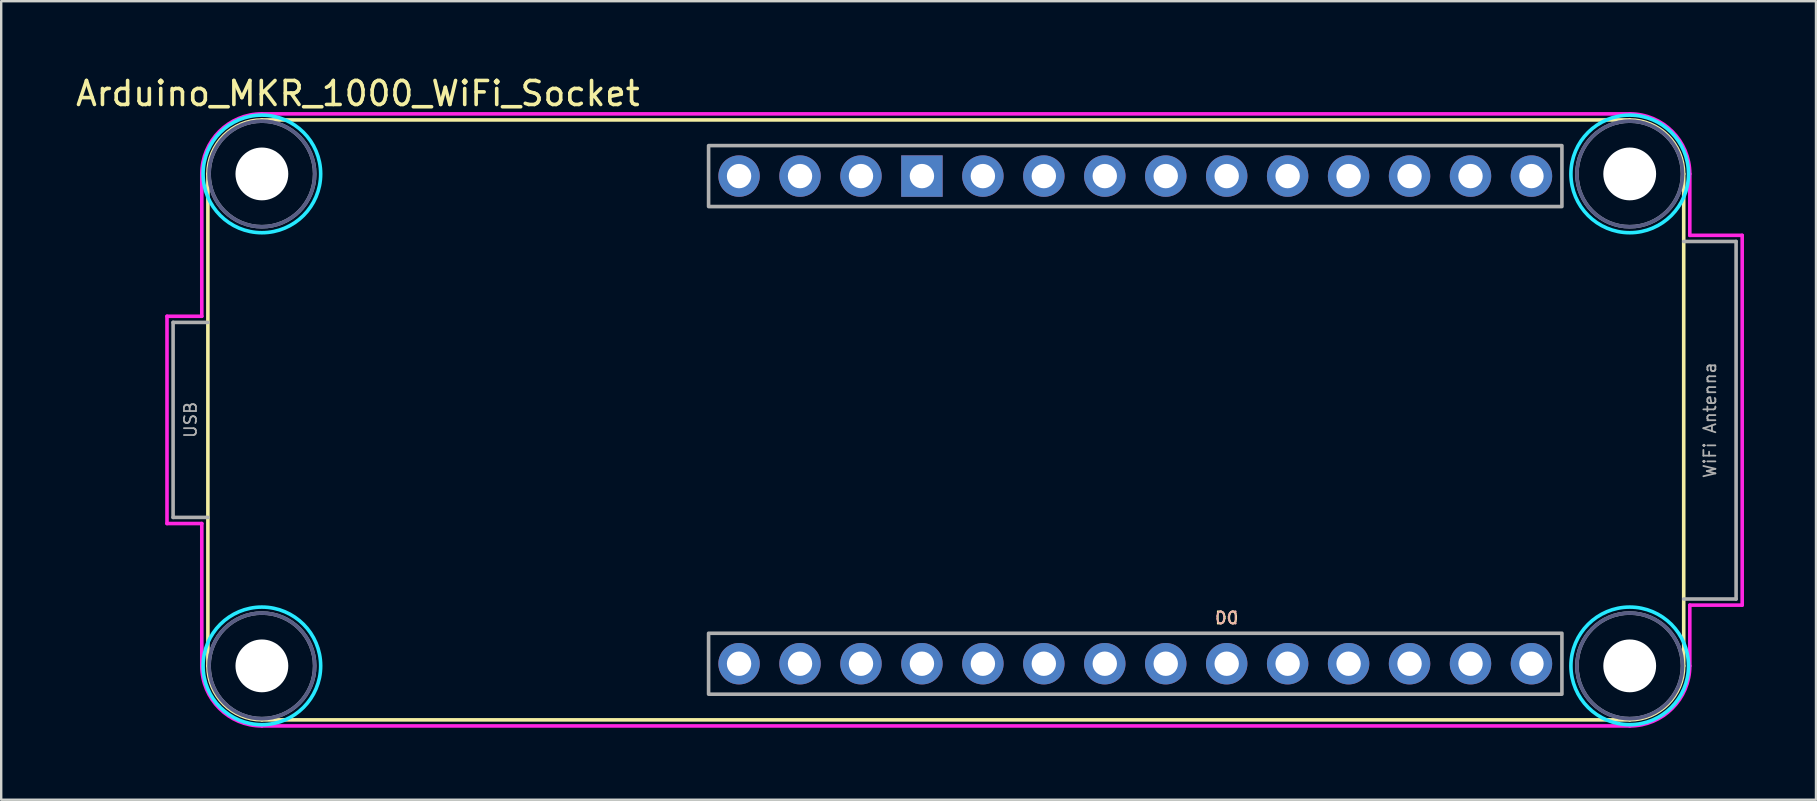
<source format=kicad_pcb>
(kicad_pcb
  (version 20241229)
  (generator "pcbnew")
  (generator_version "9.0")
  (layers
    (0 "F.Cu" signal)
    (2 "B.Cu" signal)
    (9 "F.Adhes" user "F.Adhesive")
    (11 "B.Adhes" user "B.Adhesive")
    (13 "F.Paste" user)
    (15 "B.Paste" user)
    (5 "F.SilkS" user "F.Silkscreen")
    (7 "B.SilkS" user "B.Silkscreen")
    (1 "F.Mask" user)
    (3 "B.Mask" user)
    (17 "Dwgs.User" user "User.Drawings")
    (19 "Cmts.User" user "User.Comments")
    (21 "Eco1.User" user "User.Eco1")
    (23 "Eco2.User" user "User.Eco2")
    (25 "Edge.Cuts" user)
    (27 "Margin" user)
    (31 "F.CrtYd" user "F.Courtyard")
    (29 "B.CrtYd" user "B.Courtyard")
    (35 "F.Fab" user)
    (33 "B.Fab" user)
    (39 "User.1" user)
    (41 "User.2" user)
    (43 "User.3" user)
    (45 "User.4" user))
  (footprint "Arduino_MKR_1000_WiFi_Socket"
    (layer "F.Cu")
    (at 7.863 4.198)
    (property "Reference" "Arduino_MKR_1000_WiFi_Socket" (at 4 -3.35 0) (unlocked yes) (layer "F.SilkS") (effects (font (size 1 1) (thickness 0.15))))
    (attr through_hole)
    (fp_line (start -2.25 20.5) (end -2.25 0) (stroke (width 0.15) (type solid)) (layer "F.SilkS"))
    (fp_line (start 0 -2.25) (end 57 -2.25) (stroke (width 0.15) (type solid)) (layer "F.SilkS"))
    (fp_line (start 0 22.75) (end 57 22.75) (stroke (width 0.15) (type solid)) (layer "F.SilkS"))
    (fp_line (start 59.25 20.5) (end 59.25 0) (stroke (width 0.15) (type solid)) (layer "F.SilkS"))
    (fp_arc (start -2.25 0) (mid -1.59099 -1.59099) (end 0 -2.25) (stroke (width 0.15) (type solid)) (layer "F.SilkS"))
    (fp_arc (start 0 22.75) (mid -1.59099 22.09099) (end -2.25 20.5) (stroke (width 0.15) (type solid)) (layer "F.SilkS"))
    (fp_arc (start 57 -2.25) (mid 58.59099 -1.59099) (end 59.25 0) (stroke (width 0.15) (type solid)) (layer "F.SilkS"))
    (fp_arc (start 59.25 20.5) (mid 58.59099 22.09099) (end 57 22.75) (stroke (width 0.15) (type solid)) (layer "F.SilkS"))
    (fp_circle (center 0 0) (end 2.45 0) (stroke (width 0.15) (type solid)) (fill no) (layer "B.CrtYd"))
    (fp_circle (center 0 20.5) (end 2.45 20.5) (stroke (width 0.15) (type solid)) (fill no) (layer "B.CrtYd"))
    (fp_circle (center 57 0) (end 59.45 0) (stroke (width 0.15) (type solid)) (fill no) (layer "B.CrtYd"))
    (fp_circle (center 57 20.5) (end 59.45 20.5) (stroke (width 0.15) (type solid)) (fill no) (layer "B.CrtYd"))
    (fp_line (start -3.954 5.932) (end -2.504 5.932) (stroke (width 0.15) (type solid)) (layer "F.CrtYd"))
    (fp_line (start -3.954 14.568) (end -3.954 5.932) (stroke (width 0.15) (type solid)) (layer "F.CrtYd"))
    (fp_line (start -2.504 5.932) (end -2.504 0) (stroke (width 0.15) (type solid)) (layer "F.CrtYd"))
    (fp_line (start -2.504 14.568) (end -3.954 14.568) (stroke (width 0.15) (type solid)) (layer "F.CrtYd"))
    (fp_line (start -2.504 20.5) (end -2.504 14.568) (stroke (width 0.15) (type solid)) (layer "F.CrtYd"))
    (fp_line (start 0 -2.504) (end 57 -2.504) (stroke (width 0.15) (type solid)) (layer "F.CrtYd"))
    (fp_line (start 57 23.004) (end 0 23.004) (stroke (width 0.15) (type solid)) (layer "F.CrtYd"))
    (fp_line (start 59.504 0) (end 59.504 2.56) (stroke (width 0.15) (type solid)) (layer "F.CrtYd"))
    (fp_line (start 59.504 2.56) (end 61.687 2.56) (stroke (width 0.15) (type solid)) (layer "F.CrtYd"))
    (fp_line (start 59.504 17.968) (end 59.504 20.5) (stroke (width 0.15) (type solid)) (layer "F.CrtYd"))
    (fp_line (start 61.687 2.56) (end 61.687 17.968) (stroke (width 0.15) (type solid)) (layer "F.CrtYd"))
    (fp_line (start 61.687 17.968) (end 59.504 17.968) (stroke (width 0.15) (type solid)) (layer "F.CrtYd"))
    (fp_arc (start -2.504 0) (mid -1.770595 -1.770595) (end 0 -2.504) (stroke (width 0.15) (type solid)) (layer "F.CrtYd"))
    (fp_arc (start 0 23.004) (mid -1.770595 22.270595) (end -2.504 20.5) (stroke (width 0.15) (type solid)) (layer "F.CrtYd"))
    (fp_arc (start 57 -2.504) (mid 58.770595 -1.770595) (end 59.504 0) (stroke (width 0.15) (type solid)) (layer "F.CrtYd"))
    (fp_arc (start 59.504 20.5) (mid 58.770595 22.270595) (end 57 23.004) (stroke (width 0.15) (type solid)) (layer "F.CrtYd"))
    (fp_circle (center 0 0) (end 2.2 0) (stroke (width 0.15) (type solid)) (fill no) (layer "B.Fab"))
    (fp_circle (center 0 20.5) (end 2.2 20.5) (stroke (width 0.15) (type solid)) (fill no) (layer "B.Fab"))
    (fp_circle (center 57 0) (end 59.2 0) (stroke (width 0.15) (type solid)) (fill no) (layer "B.Fab"))
    (fp_circle (center 57 20.5) (end 59.2 20.5) (stroke (width 0.15) (type solid)) (fill no) (layer "B.Fab"))
    (fp_line (start -3.7 6.186) (end -3.7 14.314) (stroke (width 0.15) (type solid)) (layer "F.Fab"))
    (fp_line (start -3.7 14.314) (end -2.25 14.314) (stroke (width 0.15) (type solid)) (layer "F.Fab"))
    (fp_line (start -2.25 6.186) (end -3.7 6.186) (stroke (width 0.15) (type solid)) (layer "F.Fab"))
    (fp_line (start 59.25 2.814) (end 61.433 2.814) (stroke (width 0.15) (type solid)) (layer "F.Fab"))
    (fp_line (start 61.433 2.814) (end 61.433 17.714) (stroke (width 0.15) (type solid)) (layer "F.Fab"))
    (fp_line (start 61.433 17.714) (end 59.25 17.714) (stroke (width 0.15) (type solid)) (layer "F.Fab"))
    (fp_rect (start 18.615 -1.18) (end 54.175 1.36) (stroke (width 0.15) (type solid)) (fill no) (layer "F.Fab"))
    (fp_rect (start 18.615 19.14) (end 54.175 21.68) (stroke (width 0.15) (type solid)) (fill no) (layer "F.Fab"))
    (fp_circle (center 0 0) (end 2.2 0) (stroke (width 0.15) (type solid)) (fill no) (layer "F.Fab"))
    (fp_circle (center 0 20.5) (end 2.2 20.5) (stroke (width 0.15) (type solid)) (fill no) (layer "F.Fab"))
    (fp_circle (center 57 0) (end 59.2 0) (stroke (width 0.15) (type solid)) (fill no) (layer "F.Fab"))
    (fp_circle (center 57 20.5) (end 59.2 20.5) (stroke (width 0.15) (type solid)) (fill no) (layer "F.Fab"))
    (fp_text user "D0" (at 40.205 18.505 0) (unlocked yes) (layer "F.SilkS") (effects (font (size 0.5 0.5) (thickness 0.075))))
    (fp_text user "D0" (at 40.205 18.505 0) (unlocked yes) (layer "B.SilkS") (effects (font (size 0.5 0.5) (thickness 0.075)) (justify mirror)))
    (fp_text user "USB" (at -2.975 10.25 270) (layer "F.Fab") (effects (font (size 0.5 0.5) (thickness 0.075))))
    (fp_text user "WiFi Antenna" (at 60.342 10.264 270) (layer "F.Fab") (effects (font (size 0.5 0.5) (thickness 0.075))))
    (pad "" np_thru_hole circle (at 0 0) (size 2.2 2.2) (drill 2.2) (layers "*.Cu" "*.Mask"))
    (pad "" np_thru_hole circle (at 0 20.5) (size 2.2 2.2) (drill 2.2) (layers "*.Cu" "*.Mask"))
    (pad "" np_thru_hole circle (at 57 0) (size 2.2 2.2) (drill 2.2) (layers "*.Cu" "*.Mask"))
    (pad "" np_thru_hole circle (at 57 20.5) (size 2.2 2.2) (drill 2.2) (layers "*.Cu" "*.Mask"))
    (pad "3V3" thru_hole circle (at 24.965 0.09) (size 1.727 1.727) (drill 1.016) (layers "*.Cu" "*.Mask"))
    (pad "5V" thru_hole circle (at 19.885 0.09) (size 1.727 1.727) (drill 1.016) (layers "*.Cu" "*.Mask"))
    (pad "A0" thru_hole circle (at 22.425 20.41) (size 1.727 1.727) (drill 1.016) (layers "*.Cu" "*.Mask"))
    (pad "A1" thru_hole circle (at 24.965 20.41) (size 1.727 1.727) (drill 1.016) (layers "*.Cu" "*.Mask"))
    (pad "A2" thru_hole circle (at 27.505 20.41) (size 1.727 1.727) (drill 1.016) (layers "*.Cu" "*.Mask"))
    (pad "A3" thru_hole circle (at 30.045 20.41) (size 1.727 1.727) (drill 1.016) (layers "*.Cu" "*.Mask"))
    (pad "A4" thru_hole circle (at 32.585 20.41) (size 1.727 1.727) (drill 1.016) (layers "*.Cu" "*.Mask"))
    (pad "A5" thru_hole circle (at 35.125 20.41) (size 1.727 1.727) (drill 1.016) (layers "*.Cu" "*.Mask"))
    (pad "A6" thru_hole circle (at 37.665 20.41) (size 1.727 1.727) (drill 1.016) (layers "*.Cu" "*.Mask"))
    (pad "AREF" thru_hole circle (at 19.885 20.41) (size 1.727 1.727) (drill 1.016) (layers "*.Cu" "*.Mask"))
    (pad "D0" thru_hole circle (at 40.205 20.41) (size 1.727 1.727) (drill 1.016) (layers "*.Cu" "*.Mask"))
    (pad "D1" thru_hole circle (at 42.745 20.41) (size 1.727 1.727) (drill 1.016) (layers "*.Cu" "*.Mask"))
    (pad "D2" thru_hole circle (at 45.285 20.41) (size 1.727 1.727) (drill 1.016) (layers "*.Cu" "*.Mask"))
    (pad "D3" thru_hole circle (at 47.825 20.41) (size 1.727 1.727) (drill 1.016) (layers "*.Cu" "*.Mask"))
    (pad "D4" thru_hole circle (at 50.365 20.41) (size 1.727 1.727) (drill 1.016) (layers "*.Cu" "*.Mask"))
    (pad "D5" thru_hole circle (at 52.905 20.41) (size 1.727 1.727) (drill 1.016) (layers "*.Cu" "*.Mask"))
    (pad "D6" thru_hole circle (at 52.905 0.09) (size 1.727 1.727) (drill 1.016) (layers "*.Cu" "*.Mask"))
    (pad "D7" thru_hole circle (at 50.365 0.09) (size 1.727 1.727) (drill 1.016) (layers "*.Cu" "*.Mask"))
    (pad "D8" thru_hole circle (at 47.825 0.09) (size 1.727 1.727) (drill 1.016) (layers "*.Cu" "*.Mask"))
    (pad "D9" thru_hole circle (at 45.285 0.09) (size 1.727 1.727) (drill 1.016) (layers "*.Cu" "*.Mask"))
    (pad "D10" thru_hole circle (at 42.745 0.09) (size 1.727 1.727) (drill 1.016) (layers "*.Cu" "*.Mask"))
    (pad "D11" thru_hole circle (at 40.205 0.09) (size 1.727 1.727) (drill 1.016) (layers "*.Cu" "*.Mask"))
    (pad "D12" thru_hole circle (at 37.665 0.09) (size 1.727 1.727) (drill 1.016) (layers "*.Cu" "*.Mask"))
    (pad "D13" thru_hole circle (at 35.125 0.09) (size 1.727 1.727) (drill 1.016) (layers "*.Cu" "*.Mask"))
    (pad "D14" thru_hole circle (at 32.585 0.09) (size 1.727 1.727) (drill 1.016) (layers "*.Cu" "*.Mask"))
    (pad "GND" thru_hole rect (at 27.505 0.09) (size 1.727 1.727) (drill 1.016) (layers "*.Cu" "*.Mask"))
    (pad "RST" thru_hole circle (at 30.045 0.09) (size 1.727 1.727) (drill 1.016) (layers "*.Cu" "*.Mask"))
    (pad "VIN" thru_hole circle (at 22.425 0.09) (size 1.727 1.727) (drill 1.016) (layers "*.Cu" "*.Mask")))
  (gr_rect
    (start -3 -3)
    (end 72.625 30.277)
    (stroke (width 0.1) (type default))
    (fill no)
    (layer "Edge.Cuts")))
</source>
